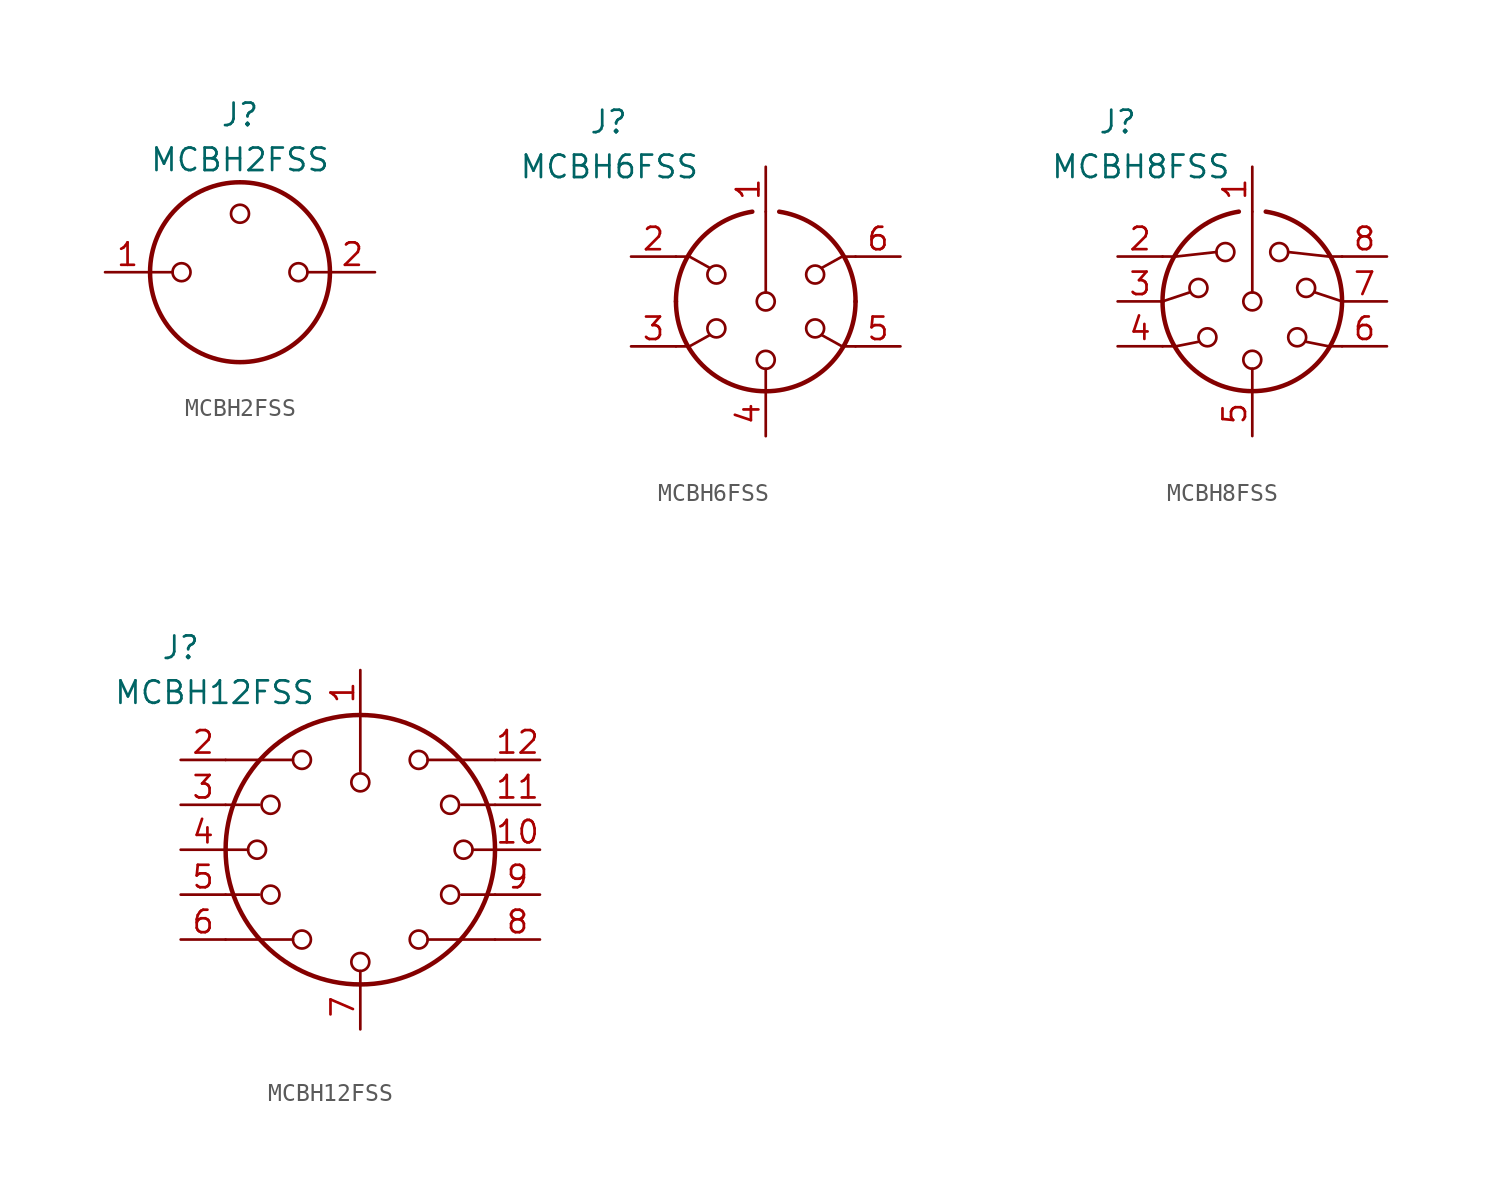
<source format=kicad_sym>
(kicad_symbol_lib
  (version 20220914)
  (generator kicad_symbol_editor)
  (symbol "MCBH2FSS"
    (pin_names
      (offset 1.016))
    (property "Reference" "J"
      (at 0 8.89 0)
      (effects (font (size 1.27 1.27))))
    (property "Value" "MCBH2FSS"
      (at 0 6.35 0)
      (effects (font (size 1.27 1.27))))
    (symbol "MCBH2FSS_0_1"
      (circle (center -3.302 0) (radius 0.508) (stroke (width 0) (type default)) (fill (type none)))
      (polyline (pts (xy -3.81 0) (xy -5.08 0)) (stroke (width 0) (type default)) (fill (type none)))
      (polyline (pts (xy 5.08 0) (xy 3.81 0)) (stroke (width 0) (type default)) (fill (type none)))
      (circle (center 0 3.302) (radius 0.508) (stroke (width 0) (type default)) (fill (type none)))
      (circle (center 3.302 0) (radius 0.508) (stroke (width 0) (type default)) (fill (type none))))
    (symbol "MCBH2FSS_1_1"
      (circle (center 0 0) (radius 5.08) (stroke (width 0.254) (type default)) (fill (type none)))
      (pin passive line (at -7.62 0 0) (length 2.54) (name "~" (effects (font (size 1.27 1.27)))) (number "1" (effects (font (size 1.27 1.27)))))
      (pin passive line (at 7.62 0 180) (length 2.54) (name "~" (effects (font (size 1.27 1.27)))) (number "2" (effects (font (size 1.27 1.27)))))))
  (symbol "MCBH6FSS"
    (pin_names
      (offset 1.016))
    (property "Reference" "J"
      (at -8.89 10.16 0)
      (effects (font (size 1.27 1.27))))
    (property "Value" "MCBH6FSS"
      (at -13.97 7.62 0)
      (effects (font (size 1.27 1.27)) (justify left)))
    (symbol "MCBH6FSS_0_1"
      (arc (start -5.08 0) (mid 0 -5.0579) (end 5.08 0) (stroke (width 0.254) (type default)) (fill (type none)))
      (circle (center -2.794 -1.524) (radius 0.508) (stroke (width 0) (type default)) (fill (type none)))
      (circle (center -2.794 1.524) (radius 0.508) (stroke (width 0) (type default)) (fill (type none)))
      (arc (start -0.762 5.08) (mid -3.8597 3.3379) (end -5.08 0) (stroke (width 0.254) (type default)) (fill (type none)))
      (circle (center 0 -3.302) (radius 0.508) (stroke (width 0) (type default)) (fill (type none)))
      (polyline (pts (xy 0 -5.08) (xy 0 -3.81)) (stroke (width 0) (type default)) (fill (type none)))
      (polyline (pts (xy 0 5.08) (xy 0 0.508)) (stroke (width 0) (type default)) (fill (type none)))
      (polyline (pts (xy -5.08 -2.54) (xy -4.318 -2.54) (xy -3.175 -1.905)) (stroke (width 0) (type default)) (fill (type none)))
      (polyline (pts (xy -5.08 2.54) (xy -4.318 2.54) (xy -3.175 1.905)) (stroke (width 0) (type default)) (fill (type none)))
      (polyline (pts (xy 5.08 -2.54) (xy 4.318 -2.54) (xy 3.175 -1.905)) (stroke (width 0) (type default)) (fill (type none)))
      (polyline (pts (xy 5.08 2.54) (xy 4.318 2.54) (xy 3.175 1.905)) (stroke (width 0) (type default)) (fill (type none)))
      (circle (center 0 0) (radius 0.508) (stroke (width 0) (type default)) (fill (type none)))
      (circle (center 2.794 -1.524) (radius 0.508) (stroke (width 0) (type default)) (fill (type none)))
      (circle (center 2.794 1.524) (radius 0.508) (stroke (width 0) (type default)) (fill (type none)))
      (arc (start 5.08 0) (mid 3.8673 3.3444) (end 0.762 5.08) (stroke (width 0.254) (type default)) (fill (type none))))
    (symbol "MCBH6FSS_1_1"
      (pin passive line (at 0 7.62 270) (length 2.54) (name "~" (effects (font (size 1.27 1.27)))) (number "1" (effects (font (size 1.27 1.27)))))
      (pin passive line (at -7.62 2.54 0) (length 2.54) (name "~" (effects (font (size 1.27 1.27)))) (number "2" (effects (font (size 1.27 1.27)))))
      (pin passive line (at -7.62 -2.54 0) (length 2.54) (name "~" (effects (font (size 1.27 1.27)))) (number "3" (effects (font (size 1.27 1.27)))))
      (pin passive line (at 0 -7.62 90) (length 2.54) (name "~" (effects (font (size 1.27 1.27)))) (number "4" (effects (font (size 1.27 1.27)))))
      (pin passive line (at 7.62 -2.54 180) (length 2.54) (name "~" (effects (font (size 1.27 1.27)))) (number "5" (effects (font (size 1.27 1.27)))))
      (pin passive line (at 7.62 2.54 180) (length 2.54) (name "~" (effects (font (size 1.27 1.27)))) (number "6" (effects (font (size 1.27 1.27)))))))
  (symbol "MCBH8FSS"
    (pin_names
      (offset 1.016))
    (property "Reference" "J"
      (at -7.62 10.16 0)
      (effects (font (size 1.27 1.27))))
    (property "Value" "MCBH8FSS"
      (at -11.43 7.62 0)
      (effects (font (size 1.27 1.27)) (justify left)))
    (symbol "MCBH8FSS_0_1"
      (arc (start -5.08 0) (mid 0 -5.0579) (end 5.08 0) (stroke (width 0.254) (type default)) (fill (type none)))
      (circle (center -3.048 0.762) (radius 0.508) (stroke (width 0) (type default)) (fill (type none)))
      (circle (center -2.54 -2.032) (radius 0.508) (stroke (width 0) (type default)) (fill (type none)))
      (circle (center -1.524 2.794) (radius 0.508) (stroke (width 0) (type default)) (fill (type none)))
      (arc (start -0.762 5.08) (mid -3.8597 3.3379) (end -5.08 0) (stroke (width 0.254) (type default)) (fill (type none)))
      (circle (center 0 -3.302) (radius 0.508) (stroke (width 0) (type default)) (fill (type none)))
      (polyline (pts (xy -5.08 0) (xy -3.556 0.508)) (stroke (width 0) (type default)) (fill (type none)))
      (polyline (pts (xy 0 -5.08) (xy 0 -3.81)) (stroke (width 0) (type default)) (fill (type none)))
      (polyline (pts (xy 0 0.508) (xy 0 5.08)) (stroke (width 0) (type default)) (fill (type none)))
      (polyline (pts (xy 5.08 0) (xy 3.556 0.508)) (stroke (width 0) (type default)) (fill (type none)))
      (polyline (pts (xy -5.08 -2.54) (xy -4.318 -2.54) (xy -3.048 -2.286)) (stroke (width 0) (type default)) (fill (type none)))
      (polyline (pts (xy -5.08 2.54) (xy -4.318 2.54) (xy -2.032 2.794)) (stroke (width 0) (type default)) (fill (type none)))
      (polyline (pts (xy 5.08 -2.54) (xy 4.318 -2.54) (xy 3.048 -2.286)) (stroke (width 0) (type default)) (fill (type none)))
      (polyline (pts (xy 5.08 2.54) (xy 4.318 2.54) (xy 2.032 2.794)) (stroke (width 0) (type default)) (fill (type none)))
      (circle (center 0 0) (radius 0.508) (stroke (width 0) (type default)) (fill (type none)))
      (circle (center 1.524 2.794) (radius 0.508) (stroke (width 0) (type default)) (fill (type none)))
      (circle (center 2.54 -2.032) (radius 0.508) (stroke (width 0) (type default)) (fill (type none)))
      (circle (center 3.048 0.762) (radius 0.508) (stroke (width 0) (type default)) (fill (type none)))
      (arc (start 5.08 0) (mid 3.8673 3.3444) (end 0.762 5.08) (stroke (width 0.254) (type default)) (fill (type none))))
    (symbol "MCBH8FSS_1_1"
      (pin passive line (at 0 7.62 270) (length 2.54) (name "~" (effects (font (size 1.27 1.27)))) (number "1" (effects (font (size 1.27 1.27)))))
      (pin passive line (at -7.62 2.54 0) (length 2.54) (name "~" (effects (font (size 1.27 1.27)))) (number "2" (effects (font (size 1.27 1.27)))))
      (pin passive line (at -7.62 0 0) (length 2.54) (name "~" (effects (font (size 1.27 1.27)))) (number "3" (effects (font (size 1.27 1.27)))))
      (pin passive line (at -7.62 -2.54 0) (length 2.54) (name "~" (effects (font (size 1.27 1.27)))) (number "4" (effects (font (size 1.27 1.27)))))
      (pin passive line (at 0 -7.62 90) (length 2.54) (name "~" (effects (font (size 1.27 1.27)))) (number "5" (effects (font (size 1.27 1.27)))))
      (pin passive line (at 7.62 -2.54 180) (length 2.54) (name "~" (effects (font (size 1.27 1.27)))) (number "6" (effects (font (size 1.27 1.27)))))
      (pin passive line (at 7.62 0 180) (length 2.54) (name "~" (effects (font (size 1.27 1.27)))) (number "7" (effects (font (size 1.27 1.27)))))
      (pin passive line (at 7.62 2.54 180) (length 2.54) (name "~" (effects (font (size 1.27 1.27)))) (number "8" (effects (font (size 1.27 1.27)))))))
  (symbol "MCBH12FSS"
    (pin_names
      (offset 1.016))
    (property "Reference" "J"
      (at -10.16 11.43 0)
      (effects (font (size 1.27 1.27))))
    (property "Value" "MCBH12FSS"
      (at -13.97 8.89 0)
      (effects (font (size 1.27 1.27)) (justify left)))
    (symbol "MCBH12FSS_0_1"
      (circle (center -5.842 0) (radius 0.508) (stroke (width 0) (type default)) (fill (type none)))
      (circle (center -5.08 -2.54) (radius 0.508) (stroke (width 0) (type default)) (fill (type none)))
      (circle (center -5.08 2.54) (radius 0.508) (stroke (width 0) (type default)) (fill (type none)))
      (circle (center -3.302 -5.08) (radius 0.508) (stroke (width 0) (type default)) (fill (type none)))
      (circle (center -3.302 5.08) (radius 0.508) (stroke (width 0) (type default)) (fill (type none)))
      (circle (center 0 -6.35) (radius 0.508) (stroke (width 0) (type default)) (fill (type none)))
      (polyline (pts (xy -7.62 -5.08) (xy -3.81 -5.08)) (stroke (width 0) (type default)) (fill (type none)))
      (polyline (pts (xy -7.62 -2.54) (xy -5.715 -2.54)) (stroke (width 0) (type default)) (fill (type none)))
      (polyline (pts (xy -7.62 0) (xy -6.35 0)) (stroke (width 0) (type default)) (fill (type none)))
      (polyline (pts (xy -7.62 2.54) (xy -5.715 2.54)) (stroke (width 0) (type default)) (fill (type none)))
      (polyline (pts (xy -7.62 5.08) (xy -3.81 5.08)) (stroke (width 0) (type default)) (fill (type none)))
      (polyline (pts (xy 0 -6.858) (xy 0 -7.62)) (stroke (width 0) (type default)) (fill (type none)))
      (polyline (pts (xy 0 4.445) (xy 0 7.62)) (stroke (width 0) (type default)) (fill (type none)))
      (polyline (pts (xy 7.62 -5.08) (xy 3.81 -5.08)) (stroke (width 0) (type default)) (fill (type none)))
      (polyline (pts (xy 7.62 -2.54) (xy 5.715 -2.54)) (stroke (width 0) (type default)) (fill (type none)))
      (polyline (pts (xy 7.62 0) (xy 6.35 0)) (stroke (width 0) (type default)) (fill (type none)))
      (polyline (pts (xy 7.62 2.54) (xy 5.715 2.54)) (stroke (width 0) (type default)) (fill (type none)))
      (polyline (pts (xy 7.62 5.08) (xy 3.81 5.08)) (stroke (width 0) (type default)) (fill (type none)))
      (circle (center 0 3.81) (radius 0.508) (stroke (width 0) (type default)) (fill (type none)))
      (circle (center 3.302 -5.08) (radius 0.508) (stroke (width 0) (type default)) (fill (type none)))
      (circle (center 3.302 5.08) (radius 0.508) (stroke (width 0) (type default)) (fill (type none)))
      (circle (center 5.08 -2.54) (radius 0.508) (stroke (width 0) (type default)) (fill (type none)))
      (circle (center 5.08 2.54) (radius 0.508) (stroke (width 0) (type default)) (fill (type none)))
      (circle (center 5.842 0) (radius 0.508) (stroke (width 0) (type default)) (fill (type none))))
    (symbol "MCBH12FSS_1_1"
      (circle (center 0 0) (radius 7.62) (stroke (width 0.254) (type default)) (fill (type none)))
      (pin passive line (at 0 10.16 270) (length 2.54) (name "~" (effects (font (size 1.27 1.27)))) (number "1" (effects (font (size 1.27 1.27)))))
      (pin passive line (at 10.16 0 180) (length 2.54) (name "~" (effects (font (size 1.27 1.27)))) (number "10" (effects (font (size 1.27 1.27)))))
      (pin passive line (at 10.16 2.54 180) (length 2.54) (name "~" (effects (font (size 1.27 1.27)))) (number "11" (effects (font (size 1.27 1.27)))))
      (pin passive line (at 10.16 5.08 180) (length 2.54) (name "~" (effects (font (size 1.27 1.27)))) (number "12" (effects (font (size 1.27 1.27)))))
      (pin passive line (at -10.16 5.08 0) (length 2.54) (name "~" (effects (font (size 1.27 1.27)))) (number "2" (effects (font (size 1.27 1.27)))))
      (pin passive line (at -10.16 2.54 0) (length 2.54) (name "~" (effects (font (size 1.27 1.27)))) (number "3" (effects (font (size 1.27 1.27)))))
      (pin passive line (at -10.16 0 0) (length 2.54) (name "~" (effects (font (size 1.27 1.27)))) (number "4" (effects (font (size 1.27 1.27)))))
      (pin passive line (at -10.16 -2.54 0) (length 2.54) (name "~" (effects (font (size 1.27 1.27)))) (number "5" (effects (font (size 1.27 1.27)))))
      (pin passive line (at -10.16 -5.08 0) (length 2.54) (name "~" (effects (font (size 1.27 1.27)))) (number "6" (effects (font (size 1.27 1.27)))))
      (pin passive line (at 0 -10.16 90) (length 2.54) (name "~" (effects (font (size 1.27 1.27)))) (number "7" (effects (font (size 1.27 1.27)))))
      (pin passive line (at 10.16 -5.08 180) (length 2.54) (name "~" (effects (font (size 1.27 1.27)))) (number "8" (effects (font (size 1.27 1.27)))))
      (pin passive line (at 10.16 -2.54 180) (length 2.54) (name "~" (effects (font (size 1.27 1.27)))) (number "9" (effects (font (size 1.27 1.27))))))))
</source>
